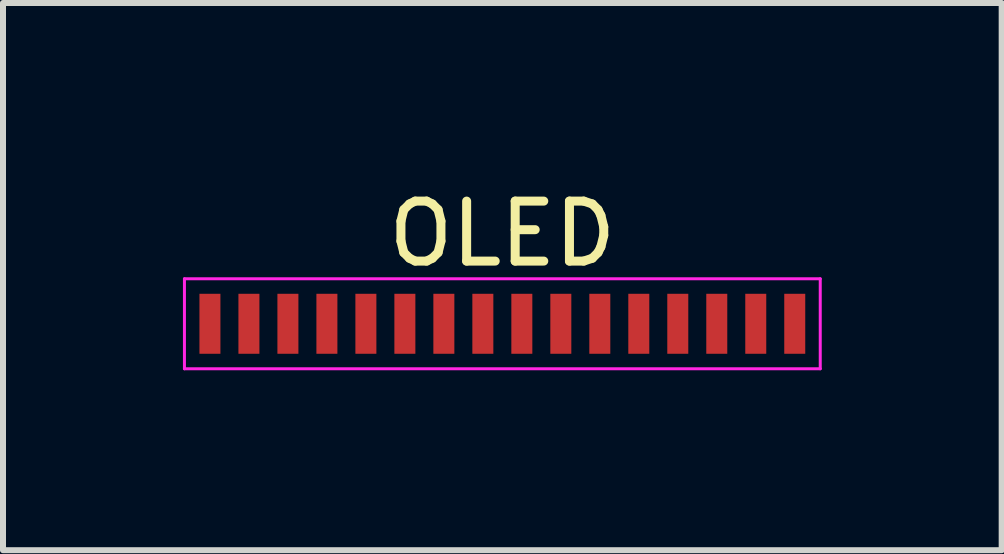
<source format=kicad_pcb>
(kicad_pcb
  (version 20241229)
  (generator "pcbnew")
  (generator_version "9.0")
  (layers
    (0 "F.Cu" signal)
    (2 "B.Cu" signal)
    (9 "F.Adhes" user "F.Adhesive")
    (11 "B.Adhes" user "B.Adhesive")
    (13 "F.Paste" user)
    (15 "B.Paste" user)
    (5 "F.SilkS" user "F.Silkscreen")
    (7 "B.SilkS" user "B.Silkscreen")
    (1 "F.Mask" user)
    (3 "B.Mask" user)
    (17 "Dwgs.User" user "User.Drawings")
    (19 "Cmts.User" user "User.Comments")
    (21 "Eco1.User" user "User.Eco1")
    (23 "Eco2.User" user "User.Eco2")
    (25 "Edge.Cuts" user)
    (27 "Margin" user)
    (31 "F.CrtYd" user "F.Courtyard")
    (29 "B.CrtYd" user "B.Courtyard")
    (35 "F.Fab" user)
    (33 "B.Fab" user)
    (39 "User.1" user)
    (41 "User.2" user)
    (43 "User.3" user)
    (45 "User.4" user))
  (footprint "OLED"
    (layer "F.Cu")
    (at 5.325 2.348)
    (property "Reference" "OLED" (at 0 -1.5 0) (unlocked yes) (layer "F.SilkS") (effects (font (size 1 1) (thickness 0.15))))
    (attr smd)
    (fp_line (start -5.3 -0.75) (end 5.3 -0.75) (stroke (width 0.05) (type default)) (layer "F.CrtYd"))
    (fp_line (start -5.3 0.75) (end -5.3 -0.75) (stroke (width 0.05) (type default)) (layer "F.CrtYd"))
    (fp_line (start 5.3 -0.75) (end 5.3 0.75) (stroke (width 0.05) (type default)) (layer "F.CrtYd"))
    (fp_line (start 5.3 0.75) (end -5.3 0.75) (stroke (width 0.05) (type default)) (layer "F.CrtYd"))
    (pad "1" smd rect (at -4.875 0) (size 0.35 1) (layers "F.Cu" "F.Mask" "F.Paste"))
    (pad "2" smd rect (at -4.225 0) (size 0.35 1) (layers "F.Cu" "F.Mask" "F.Paste"))
    (pad "3" smd rect (at -3.575 0) (size 0.35 1) (layers "F.Cu" "F.Mask" "F.Paste"))
    (pad "4" smd rect (at -2.925 0) (size 0.35 1) (layers "F.Cu" "F.Mask" "F.Paste"))
    (pad "5" smd rect (at -2.275 0) (size 0.35 1) (layers "F.Cu" "F.Mask" "F.Paste"))
    (pad "6" smd rect (at -1.625 0) (size 0.35 1) (layers "F.Cu" "F.Mask" "F.Paste"))
    (pad "7" smd rect (at -0.975 0) (size 0.35 1) (layers "F.Cu" "F.Mask" "F.Paste"))
    (pad "8" smd rect (at -0.325 0) (size 0.35 1) (layers "F.Cu" "F.Mask" "F.Paste"))
    (pad "9" smd rect (at 0.325 0) (size 0.35 1) (layers "F.Cu" "F.Mask" "F.Paste"))
    (pad "10" smd rect (at 0.975 0) (size 0.35 1) (layers "F.Cu" "F.Mask" "F.Paste"))
    (pad "11" smd rect (at 1.625 0) (size 0.35 1) (layers "F.Cu" "F.Mask" "F.Paste"))
    (pad "12" smd rect (at 2.275 0) (size 0.35 1) (layers "F.Cu" "F.Mask" "F.Paste"))
    (pad "13" smd rect (at 2.925 0) (size 0.35 1) (layers "F.Cu" "F.Mask" "F.Paste"))
    (pad "14" smd rect (at 3.575 0) (size 0.35 1) (layers "F.Cu" "F.Mask" "F.Paste"))
    (pad "15" smd rect (at 4.225 0) (size 0.35 1) (layers "F.Cu" "F.Mask" "F.Paste"))
    (pad "16" smd rect (at 4.875 0) (size 0.35 1) (layers "F.Cu" "F.Mask" "F.Paste")))
  (gr_rect
    (start -3 -3)
    (end 13.65 6.123)
    (stroke (width 0.1) (type default))
    (fill no)
    (layer "Edge.Cuts")))
</source>
